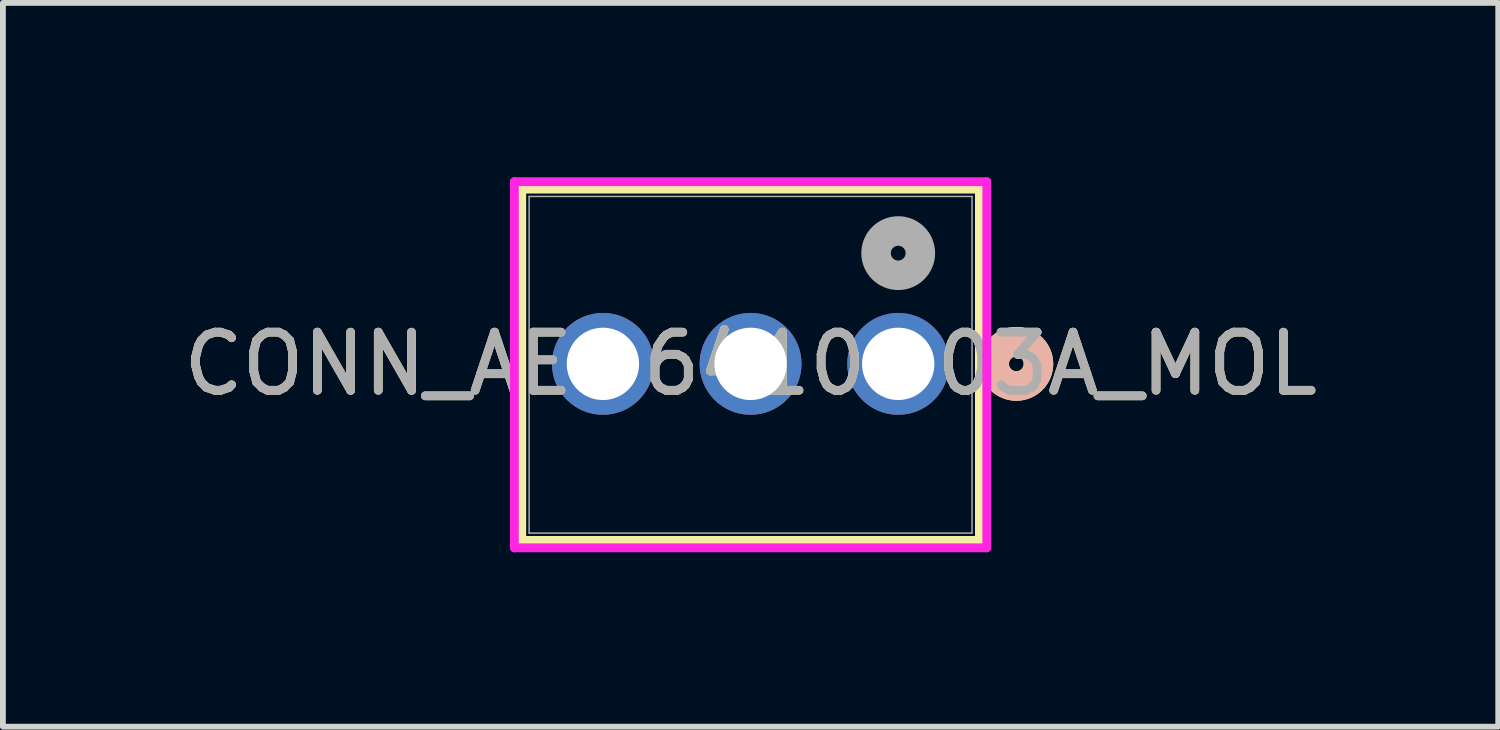
<source format=kicad_pcb>
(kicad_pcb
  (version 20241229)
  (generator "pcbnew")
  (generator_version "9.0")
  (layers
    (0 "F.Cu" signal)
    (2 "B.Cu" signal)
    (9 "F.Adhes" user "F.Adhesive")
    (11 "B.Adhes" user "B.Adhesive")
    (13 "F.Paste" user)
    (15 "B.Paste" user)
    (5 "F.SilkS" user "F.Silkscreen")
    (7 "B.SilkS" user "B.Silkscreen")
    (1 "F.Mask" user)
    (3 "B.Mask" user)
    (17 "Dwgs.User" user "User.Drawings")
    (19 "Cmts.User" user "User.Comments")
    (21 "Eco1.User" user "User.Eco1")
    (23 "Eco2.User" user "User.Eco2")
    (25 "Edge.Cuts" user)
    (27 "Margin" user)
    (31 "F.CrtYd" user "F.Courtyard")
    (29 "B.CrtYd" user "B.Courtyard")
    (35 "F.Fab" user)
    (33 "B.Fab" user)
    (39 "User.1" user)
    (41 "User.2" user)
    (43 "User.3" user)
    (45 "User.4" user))
  (footprint "CONN_AE-6410-03A_MOL"
    (layer "F.Cu")
    (at 12.403 3.21)
    (property "Reference" "CONN_AE-6410-03A_MOL" (at -2.54 0 0) (unlocked yes) (layer "F.SilkS") (effects (font (size 1 1) (thickness 0.15))))
    (attr through_hole)
    (fp_line (start -6.477 -3.007) (end -6.477 3.038) (stroke (width 0.152) (type solid)) (layer "F.SilkS"))
    (fp_line (start -6.477 3.038) (end 1.397 3.038) (stroke (width 0.152) (type solid)) (layer "F.SilkS"))
    (fp_line (start 1.397 -3.007) (end -6.477 -3.007) (stroke (width 0.152) (type solid)) (layer "F.SilkS"))
    (fp_line (start 1.397 3.038) (end 1.397 -3.007) (stroke (width 0.152) (type solid)) (layer "F.SilkS"))
    (fp_circle (center 2.032 0) (end 2.413 0) (stroke (width 0.508) (type solid)) (fill no) (layer "F.SilkS"))
    (fp_circle (center 2.032 0) (end 2.413 0) (stroke (width 0.508) (type solid)) (fill no) (layer "B.SilkS"))
    (fp_line (start -6.604 -3.134) (end -6.604 3.165) (stroke (width 0.152) (type solid)) (layer "F.CrtYd"))
    (fp_line (start -6.604 3.165) (end 1.524 3.165) (stroke (width 0.152) (type solid)) (layer "F.CrtYd"))
    (fp_line (start 1.524 -3.134) (end -6.604 -3.134) (stroke (width 0.152) (type solid)) (layer "F.CrtYd"))
    (fp_line (start 1.524 3.165) (end 1.524 -3.134) (stroke (width 0.152) (type solid)) (layer "F.CrtYd"))
    (fp_line (start -6.35 -2.88) (end -6.35 2.911) (stroke (width 0.025) (type solid)) (layer "F.Fab"))
    (fp_line (start -6.35 2.911) (end 1.27 2.911) (stroke (width 0.025) (type solid)) (layer "F.Fab"))
    (fp_line (start 1.27 -2.88) (end -6.35 -2.88) (stroke (width 0.025) (type solid)) (layer "F.Fab"))
    (fp_line (start 1.27 2.911) (end 1.27 -2.88) (stroke (width 0.025) (type solid)) (layer "F.Fab"))
    (fp_circle (center 0 -1.905) (end 0.381 -1.905) (stroke (width 0.508) (type solid)) (fill no) (layer "F.Fab"))
    (fp_text user "${REFERENCE}" (at -2.54 0 0) (unlocked yes) (layer "F.Fab") (effects (font (size 1 1) (thickness 0.15))))
    (pad "1" thru_hole circle (at 0 0) (size 1.753 1.753) (drill 1.245) (layers "*.Cu" "*.Mask"))
    (pad "2" thru_hole circle (at -2.54 0) (size 1.753 1.753) (drill 1.245) (layers "*.Cu" "*.Mask"))
    (pad "3" thru_hole circle (at -5.08 0) (size 1.753 1.753) (drill 1.245) (layers "*.Cu" "*.Mask")))
  (gr_rect
    (start -3 -3)
    (end 22.726 9.452)
    (stroke (width 0.1) (type default))
    (fill no)
    (layer "Edge.Cuts")))
</source>
